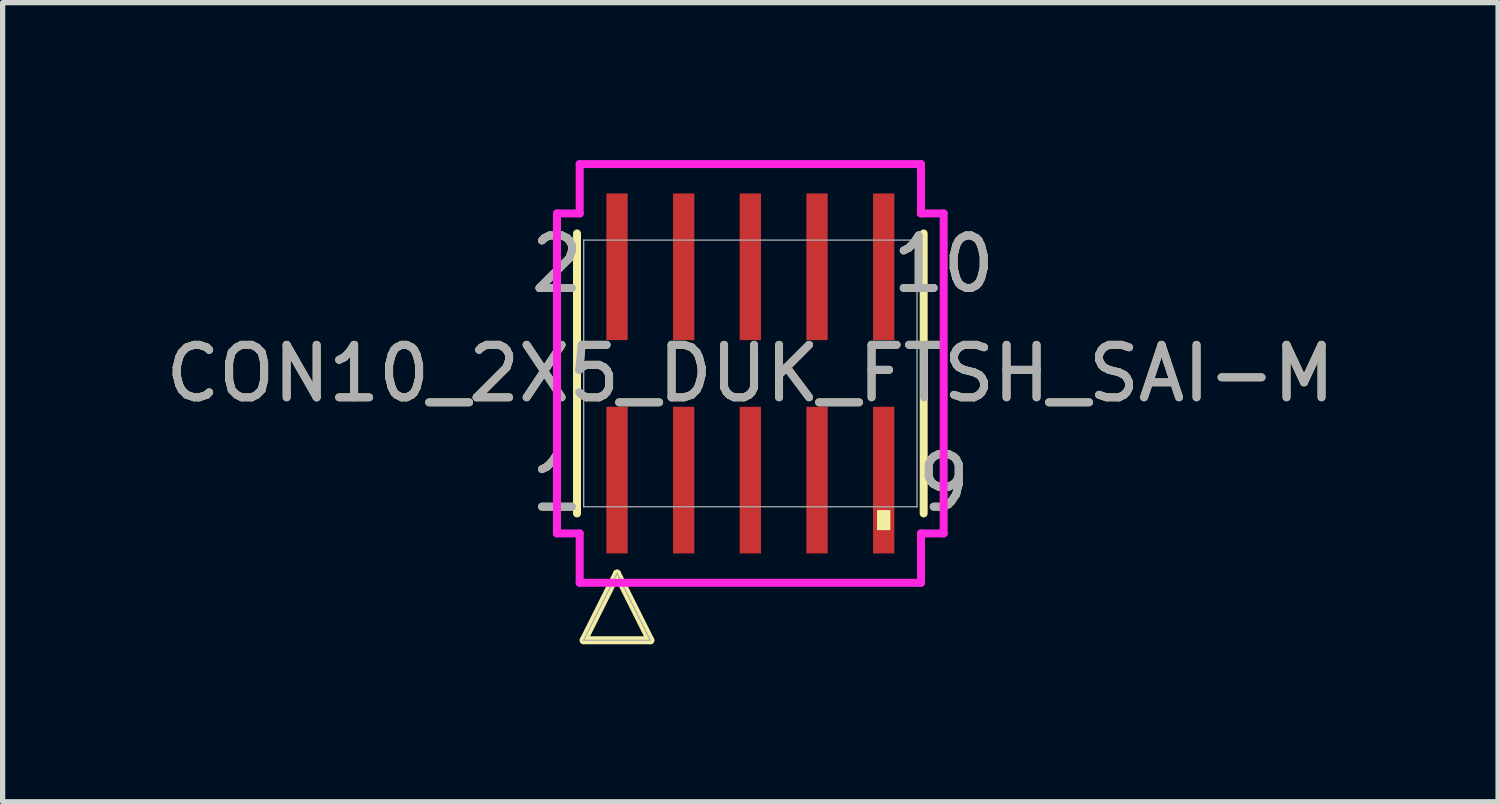
<source format=kicad_pcb>
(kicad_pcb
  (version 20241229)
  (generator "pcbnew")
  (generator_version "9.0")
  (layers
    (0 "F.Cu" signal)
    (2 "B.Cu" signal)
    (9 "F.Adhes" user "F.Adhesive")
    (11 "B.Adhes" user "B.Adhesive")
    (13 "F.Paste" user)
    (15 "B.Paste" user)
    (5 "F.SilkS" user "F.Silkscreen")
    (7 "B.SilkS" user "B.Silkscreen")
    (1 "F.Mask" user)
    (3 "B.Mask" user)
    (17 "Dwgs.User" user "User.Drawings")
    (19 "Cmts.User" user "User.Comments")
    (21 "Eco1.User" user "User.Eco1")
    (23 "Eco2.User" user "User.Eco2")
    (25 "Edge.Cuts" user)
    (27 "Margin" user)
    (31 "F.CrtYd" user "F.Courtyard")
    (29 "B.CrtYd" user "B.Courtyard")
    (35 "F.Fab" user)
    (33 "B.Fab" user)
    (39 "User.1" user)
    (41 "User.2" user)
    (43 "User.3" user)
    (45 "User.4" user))
  (footprint "CON10_2X5_DUK_FTSH_SAI-M"
    (layer "F.Cu")
    (at 11.244 4.064)
    (property "Reference" "CON10_2X5_DUK_FTSH_SAI-M" (at 0 0 0) (unlocked yes) (layer "F.SilkS") (effects (font (size 1 1) (thickness 0.15))))
    (attr smd)
    (fp_line (start -3.302 -2.667) (end -3.302 2.667) (stroke (width 0.152) (type solid)) (layer "F.SilkS"))
    (fp_line (start -3.175 5.083) (end -2.54 3.813) (stroke (width 0.152) (type solid)) (layer "F.SilkS"))
    (fp_line (start -2.54 3.813) (end -1.905 5.083) (stroke (width 0.152) (type solid)) (layer "F.SilkS"))
    (fp_line (start -1.905 5.083) (end -3.175 5.083) (stroke (width 0.152) (type solid)) (layer "F.SilkS"))
    (fp_line (start 3.302 2.667) (end 3.302 -2.667) (stroke (width 0.152) (type solid)) (layer "F.SilkS"))
    (fp_poly (pts (xy 2.413 2.603) (xy 2.413 2.985) (xy 2.667 2.985) (xy 2.667 2.603)) (stroke (width 0) (type solid)) (fill yes) (layer "F.SilkS"))
    (fp_line (start -3.683 -3.048) (end -3.251 -3.048) (stroke (width 0.152) (type solid)) (layer "F.CrtYd"))
    (fp_line (start -3.683 3.048) (end -3.683 -3.048) (stroke (width 0.152) (type solid)) (layer "F.CrtYd"))
    (fp_line (start -3.251 -3.048) (end -3.251 -3.988) (stroke (width 0.152) (type solid)) (layer "F.CrtYd"))
    (fp_line (start -3.251 3.048) (end -3.683 3.048) (stroke (width 0.152) (type solid)) (layer "F.CrtYd"))
    (fp_line (start -3.251 3.988) (end -3.251 3.048) (stroke (width 0.152) (type solid)) (layer "F.CrtYd"))
    (fp_line (start -3.251 3.988) (end 3.251 3.988) (stroke (width 0.152) (type solid)) (layer "F.CrtYd"))
    (fp_line (start 3.251 -3.988) (end -3.251 -3.988) (stroke (width 0.152) (type solid)) (layer "F.CrtYd"))
    (fp_line (start 3.251 -3.988) (end 3.251 -3.048) (stroke (width 0.152) (type solid)) (layer "F.CrtYd"))
    (fp_line (start 3.251 -3.048) (end 3.683 -3.048) (stroke (width 0.152) (type solid)) (layer "F.CrtYd"))
    (fp_line (start 3.251 3.048) (end 3.251 3.988) (stroke (width 0.152) (type solid)) (layer "F.CrtYd"))
    (fp_line (start 3.683 -3.048) (end 3.683 3.048) (stroke (width 0.152) (type solid)) (layer "F.CrtYd"))
    (fp_line (start 3.683 3.048) (end 3.251 3.048) (stroke (width 0.152) (type solid)) (layer "F.CrtYd"))
    (fp_line (start -3.175 -2.54) (end -3.175 2.54) (stroke (width 0.025) (type solid)) (layer "F.Fab"))
    (fp_line (start -3.175 2.54) (end 3.175 2.54) (stroke (width 0.025) (type solid)) (layer "F.Fab"))
    (fp_line (start -3.175 5.083) (end -2.54 3.813) (stroke (width 0.025) (type solid)) (layer "F.Fab"))
    (fp_line (start -2.54 3.813) (end -1.905 5.083) (stroke (width 0.025) (type solid)) (layer "F.Fab"))
    (fp_line (start -1.905 5.083) (end -3.175 5.083) (stroke (width 0.025) (type solid)) (layer "F.Fab"))
    (fp_line (start 3.175 -2.54) (end -3.175 -2.54) (stroke (width 0.025) (type solid)) (layer "F.Fab"))
    (fp_line (start 3.175 2.54) (end 3.175 -2.54) (stroke (width 0.025) (type solid)) (layer "F.Fab"))
    (fp_text user "10" (at 3.683 -2.083 0) (unlocked yes) (layer "F.SilkS") (effects (font (size 1 1) (thickness 0.15))))
    (fp_text user "2" (at -3.683 -2.083 0) (unlocked yes) (layer "F.SilkS") (effects (font (size 1 1) (thickness 0.15))))
    (fp_text user "1" (at -3.683 2.083 0) (unlocked yes) (layer "F.SilkS") (effects (font (size 1 1) (thickness 0.15))))
    (fp_text user "9" (at 3.683 2.083 0) (unlocked yes) (layer "F.SilkS") (effects (font (size 1 1) (thickness 0.15))))
    (fp_text user "${REFERENCE}" (at 0 0 0) (unlocked yes) (layer "F.Fab") (effects (font (size 1 1) (thickness 0.15))))
    (fp_text user "1" (at -3.683 2.083 0) (unlocked yes) (layer "F.Fab") (effects (font (size 1 1) (thickness 0.15))))
    (fp_text user "9" (at 3.683 2.083 0) (unlocked yes) (layer "F.Fab") (effects (font (size 1 1) (thickness 0.15))))
    (fp_text user "2" (at -3.683 -2.083 0) (unlocked yes) (layer "F.Fab") (effects (font (size 1 1) (thickness 0.15))))
    (fp_text user "10" (at 3.683 -2.083 0) (unlocked yes) (layer "F.Fab") (effects (font (size 1 1) (thickness 0.15))))
    (pad "1" smd rect (at -2.54 2.032) (size 0.406 2.794) (layers "F.Cu" "F.Mask" "F.Paste"))
    (pad "2" smd rect (at -2.54 -2.032) (size 0.406 2.794) (layers "F.Cu" "F.Mask" "F.Paste"))
    (pad "3" smd rect (at -1.27 2.032) (size 0.406 2.794) (layers "F.Cu" "F.Mask" "F.Paste"))
    (pad "4" smd rect (at -1.27 -2.032) (size 0.406 2.794) (layers "F.Cu" "F.Mask" "F.Paste"))
    (pad "5" smd rect (at 0 2.032) (size 0.406 2.794) (layers "F.Cu" "F.Mask" "F.Paste"))
    (pad "6" smd rect (at 0 -2.032) (size 0.406 2.794) (layers "F.Cu" "F.Mask" "F.Paste"))
    (pad "7" smd rect (at 1.27 2.032) (size 0.406 2.794) (layers "F.Cu" "F.Mask" "F.Paste"))
    (pad "8" smd rect (at 1.27 -2.032) (size 0.406 2.794) (layers "F.Cu" "F.Mask" "F.Paste"))
    (pad "9" smd rect (at 2.54 2.032) (size 0.406 2.794) (layers "F.Cu" "F.Mask" "F.Paste"))
    (pad "10" smd rect (at 2.54 -2.032) (size 0.406 2.794) (layers "F.Cu" "F.Mask" "F.Paste")))
  (gr_rect
    (start -3 -3)
    (end 25.488 12.223)
    (stroke (width 0.1) (type default))
    (fill no)
    (layer "Edge.Cuts")))
</source>
